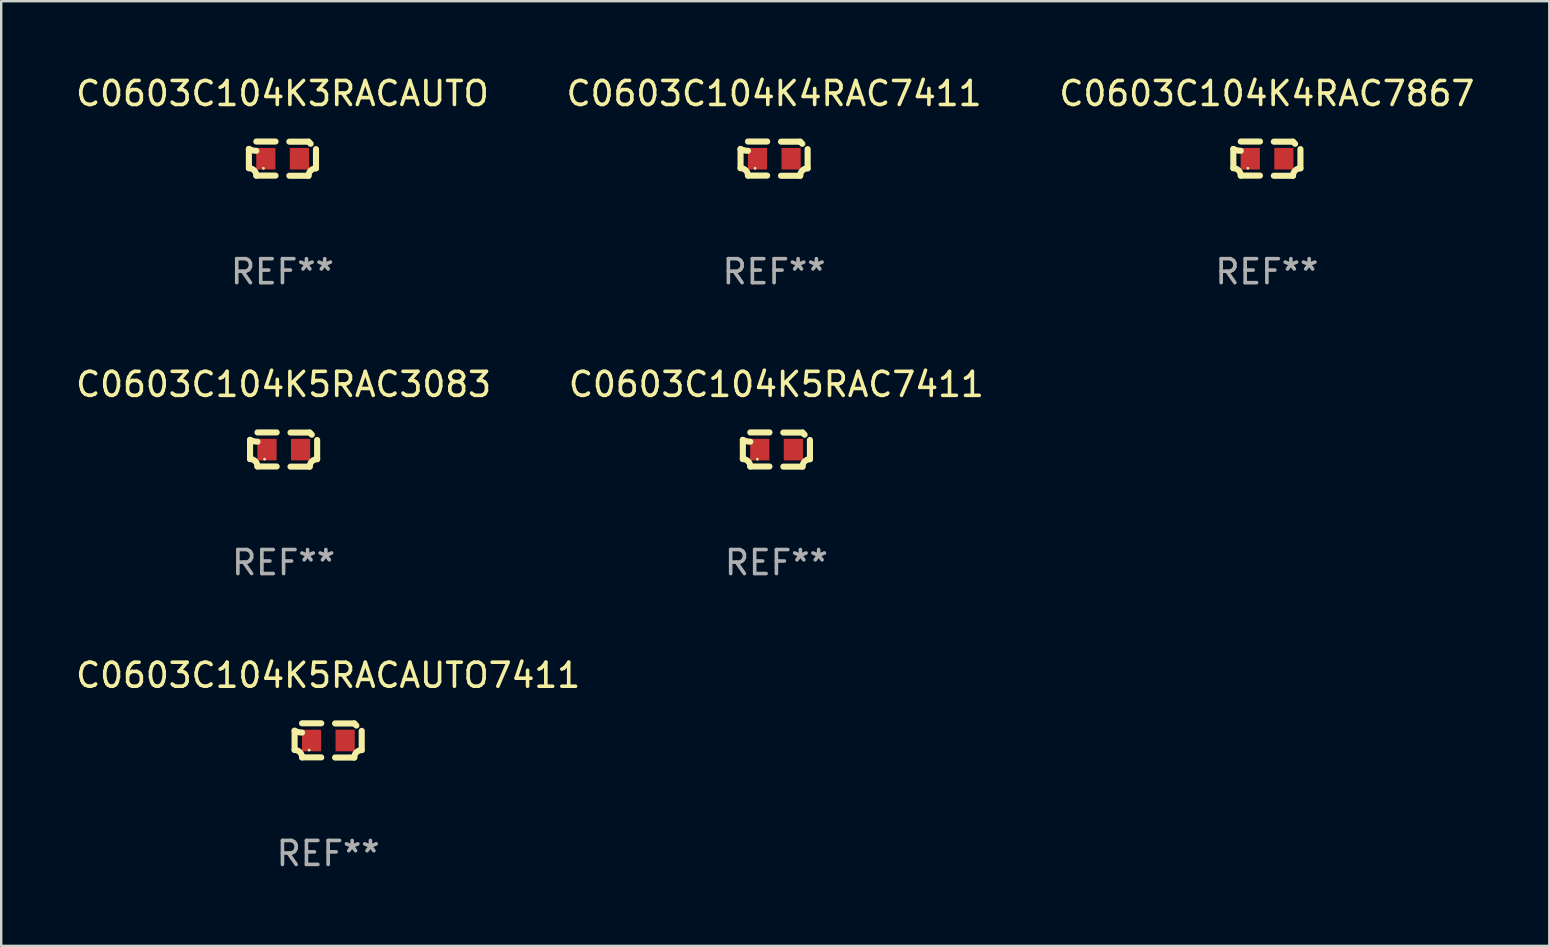
<source format=kicad_pcb>
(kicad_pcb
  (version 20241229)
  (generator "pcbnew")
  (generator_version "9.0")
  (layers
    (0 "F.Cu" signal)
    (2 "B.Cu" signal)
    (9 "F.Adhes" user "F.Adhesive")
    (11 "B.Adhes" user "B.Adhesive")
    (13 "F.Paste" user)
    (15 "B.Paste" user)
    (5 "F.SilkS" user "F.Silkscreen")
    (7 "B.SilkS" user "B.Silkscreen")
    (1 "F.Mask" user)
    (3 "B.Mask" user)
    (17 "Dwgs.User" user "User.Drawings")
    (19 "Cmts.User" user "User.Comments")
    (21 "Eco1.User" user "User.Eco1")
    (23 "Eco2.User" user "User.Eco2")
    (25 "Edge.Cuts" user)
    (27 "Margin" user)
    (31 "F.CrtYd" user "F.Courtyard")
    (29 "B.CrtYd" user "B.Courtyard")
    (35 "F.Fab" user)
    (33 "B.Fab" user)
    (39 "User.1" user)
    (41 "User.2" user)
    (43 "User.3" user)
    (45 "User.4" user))
  (footprint "C0603C104K5RAC7411"
    (layer "F.Cu")
    (at 29.304 15.683)
    (property "Reference" "C0603C104K5RAC7411" (at 0 -2.713 0) (layer "F.SilkS") (effects (font (size 1 1) (thickness 0.15))))
    (attr through_hole)
    (fp_line (start -1.398 -0.403) (end -1.398 0.397) (stroke (width 0.254) (type solid)) (layer "F.SilkS"))
    (fp_line (start -0.288 -0.713) (end -1.088 -0.713) (stroke (width 0.254) (type solid)) (layer "F.SilkS"))
    (fp_line (start -0.288 0.707) (end -1.088 0.707) (stroke (width 0.254) (type solid)) (layer "F.SilkS"))
    (fp_line (start 0.288 -0.707) (end 1.088 -0.707) (stroke (width 0.254) (type solid)) (layer "F.SilkS"))
    (fp_line (start 0.288 0.713) (end 1.088 0.713) (stroke (width 0.254) (type solid)) (layer "F.SilkS"))
    (fp_line (start 1.398 -0.397) (end 1.398 0.403) (stroke (width 0.254) (type solid)) (layer "F.SilkS"))
    (fp_arc (start -1.397789 0.397066) (mid -1.178701 0.487826) (end -1.08796 0.706922) (stroke (width 0.254001) (type solid)) (layer "F.SilkS"))
    (fp_arc (start -1.08796 -0.327176) (mid -1.247436 -0.346384) (end -1.39779 -0.402908) (stroke (width 0.254001) (type solid)) (layer "F.SilkS"))
    (fp_arc (start 1.087909 0.712738) (mid 1.178656 0.493655) (end 1.397739 0.402908) (stroke (width 0.254001) (type solid)) (layer "F.SilkS"))
    (fp_arc (start 1.175925 -0.618926) (mid 1.131917 -0.662923) (end 1.08791 -0.706922) (stroke (width 0.254001) (type solid)) (layer "F.SilkS"))
    (fp_circle (center -0.792 0.403) (end -0.762 0.403) (stroke (width 0.06) (type solid)) (fill no) (layer "F.SilkS"))
    (fp_text user "REF**" (at 0 4.713 0) (layer "F.Fab") (effects (font (size 1 1) (thickness 0.15))))
    (pad "1" smd rect (at -0.692 0.003) (size 0.8 0.9) (layers "F.Cu" "F.Mask" "F.Paste"))
    (pad "2" smd rect (at 0.708 0.003) (size 0.8 0.9) (layers "F.Cu" "F.Mask" "F.Paste")))
  (footprint "C0603C104K4RAC7867"
    (layer "F.Cu")
    (at 49.744 3.561)
    (property "Reference" "C0603C104K4RAC7867" (at 0 -2.713 0) (layer "F.SilkS") (effects (font (size 1 1) (thickness 0.15))))
    (attr through_hole)
    (fp_line (start -1.398 -0.403) (end -1.398 0.397) (stroke (width 0.254) (type solid)) (layer "F.SilkS"))
    (fp_line (start -0.288 -0.713) (end -1.088 -0.713) (stroke (width 0.254) (type solid)) (layer "F.SilkS"))
    (fp_line (start -0.288 0.707) (end -1.088 0.707) (stroke (width 0.254) (type solid)) (layer "F.SilkS"))
    (fp_line (start 0.288 -0.707) (end 1.088 -0.707) (stroke (width 0.254) (type solid)) (layer "F.SilkS"))
    (fp_line (start 0.288 0.713) (end 1.088 0.713) (stroke (width 0.254) (type solid)) (layer "F.SilkS"))
    (fp_line (start 1.398 -0.397) (end 1.398 0.403) (stroke (width 0.254) (type solid)) (layer "F.SilkS"))
    (fp_arc (start -1.397789 0.397066) (mid -1.178701 0.487826) (end -1.08796 0.706922) (stroke (width 0.254001) (type solid)) (layer "F.SilkS"))
    (fp_arc (start -1.08796 -0.327176) (mid -1.247436 -0.346384) (end -1.39779 -0.402908) (stroke (width 0.254001) (type solid)) (layer "F.SilkS"))
    (fp_arc (start 1.087909 0.712738) (mid 1.178656 0.493655) (end 1.397739 0.402908) (stroke (width 0.254001) (type solid)) (layer "F.SilkS"))
    (fp_arc (start 1.175925 -0.618926) (mid 1.131917 -0.662923) (end 1.08791 -0.706922) (stroke (width 0.254001) (type solid)) (layer "F.SilkS"))
    (fp_circle (center -0.792 0.403) (end -0.762 0.403) (stroke (width 0.06) (type solid)) (fill no) (layer "F.SilkS"))
    (fp_text user "REF**" (at 0 4.713 0) (layer "F.Fab") (effects (font (size 1 1) (thickness 0.15))))
    (pad "1" smd rect (at -0.692 0.003) (size 0.8 0.9) (layers "F.Cu" "F.Mask" "F.Paste"))
    (pad "2" smd rect (at 0.708 0.003) (size 0.8 0.9) (layers "F.Cu" "F.Mask" "F.Paste")))
  (footprint "C0603C104K3RACAUTO"
    (layer "F.Cu")
    (at 8.72 3.561)
    (property "Reference" "C0603C104K3RACAUTO" (at 0 -2.713 0) (layer "F.SilkS") (effects (font (size 1 1) (thickness 0.15))))
    (attr through_hole)
    (fp_line (start -1.398 -0.403) (end -1.398 0.397) (stroke (width 0.254) (type solid)) (layer "F.SilkS"))
    (fp_line (start -0.288 -0.713) (end -1.088 -0.713) (stroke (width 0.254) (type solid)) (layer "F.SilkS"))
    (fp_line (start -0.288 0.707) (end -1.088 0.707) (stroke (width 0.254) (type solid)) (layer "F.SilkS"))
    (fp_line (start 0.288 -0.707) (end 1.088 -0.707) (stroke (width 0.254) (type solid)) (layer "F.SilkS"))
    (fp_line (start 0.288 0.713) (end 1.088 0.713) (stroke (width 0.254) (type solid)) (layer "F.SilkS"))
    (fp_line (start 1.398 -0.397) (end 1.398 0.403) (stroke (width 0.254) (type solid)) (layer "F.SilkS"))
    (fp_arc (start -1.397789 0.397066) (mid -1.178701 0.487826) (end -1.08796 0.706922) (stroke (width 0.254001) (type solid)) (layer "F.SilkS"))
    (fp_arc (start -1.08796 -0.327176) (mid -1.247436 -0.346384) (end -1.39779 -0.402908) (stroke (width 0.254001) (type solid)) (layer "F.SilkS"))
    (fp_arc (start 1.087909 0.712738) (mid 1.178656 0.493655) (end 1.397739 0.402908) (stroke (width 0.254001) (type solid)) (layer "F.SilkS"))
    (fp_arc (start 1.175925 -0.618926) (mid 1.131917 -0.662923) (end 1.08791 -0.706922) (stroke (width 0.254001) (type solid)) (layer "F.SilkS"))
    (fp_circle (center -0.792 0.403) (end -0.762 0.403) (stroke (width 0.06) (type solid)) (fill no) (layer "F.SilkS"))
    (fp_text user "REF**" (at 0 4.713 0) (layer "F.Fab") (effects (font (size 1 1) (thickness 0.15))))
    (pad "1" smd rect (at -0.692 0.003) (size 0.8 0.9) (layers "F.Cu" "F.Mask" "F.Paste"))
    (pad "2" smd rect (at 0.708 0.003) (size 0.8 0.9) (layers "F.Cu" "F.Mask" "F.Paste")))
  (footprint "C0603C104K5RAC3083"
    (layer "F.Cu")
    (at 8.768 15.683)
    (property "Reference" "C0603C104K5RAC3083" (at 0 -2.713 0) (layer "F.SilkS") (effects (font (size 1 1) (thickness 0.15))))
    (attr through_hole)
    (fp_line (start -1.398 -0.403) (end -1.398 0.397) (stroke (width 0.254) (type solid)) (layer "F.SilkS"))
    (fp_line (start -0.288 -0.713) (end -1.088 -0.713) (stroke (width 0.254) (type solid)) (layer "F.SilkS"))
    (fp_line (start -0.288 0.707) (end -1.088 0.707) (stroke (width 0.254) (type solid)) (layer "F.SilkS"))
    (fp_line (start 0.288 -0.707) (end 1.088 -0.707) (stroke (width 0.254) (type solid)) (layer "F.SilkS"))
    (fp_line (start 0.288 0.713) (end 1.088 0.713) (stroke (width 0.254) (type solid)) (layer "F.SilkS"))
    (fp_line (start 1.398 -0.397) (end 1.398 0.403) (stroke (width 0.254) (type solid)) (layer "F.SilkS"))
    (fp_arc (start -1.397789 0.397066) (mid -1.178701 0.487826) (end -1.08796 0.706922) (stroke (width 0.254001) (type solid)) (layer "F.SilkS"))
    (fp_arc (start -1.08796 -0.327176) (mid -1.247436 -0.346384) (end -1.39779 -0.402908) (stroke (width 0.254001) (type solid)) (layer "F.SilkS"))
    (fp_arc (start 1.087909 0.712738) (mid 1.178656 0.493655) (end 1.397739 0.402908) (stroke (width 0.254001) (type solid)) (layer "F.SilkS"))
    (fp_arc (start 1.175925 -0.618926) (mid 1.131917 -0.662923) (end 1.08791 -0.706922) (stroke (width 0.254001) (type solid)) (layer "F.SilkS"))
    (fp_circle (center -0.792 0.403) (end -0.762 0.403) (stroke (width 0.06) (type solid)) (fill no) (layer "F.SilkS"))
    (fp_text user "REF**" (at 0 4.713 0) (layer "F.Fab") (effects (font (size 1 1) (thickness 0.15))))
    (pad "1" smd rect (at -0.692 0.003) (size 0.8 0.9) (layers "F.Cu" "F.Mask" "F.Paste"))
    (pad "2" smd rect (at 0.708 0.003) (size 0.8 0.9) (layers "F.Cu" "F.Mask" "F.Paste")))
  (footprint "C0603C104K5RACAUTO7411"
    (layer "F.Cu")
    (at 10.625 27.805)
    (property "Reference" "C0603C104K5RACAUTO7411" (at 0 -2.713 0) (layer "F.SilkS") (effects (font (size 1 1) (thickness 0.15))))
    (attr through_hole)
    (fp_line (start -1.398 -0.403) (end -1.398 0.397) (stroke (width 0.254) (type solid)) (layer "F.SilkS"))
    (fp_line (start -0.288 -0.713) (end -1.088 -0.713) (stroke (width 0.254) (type solid)) (layer "F.SilkS"))
    (fp_line (start -0.288 0.707) (end -1.088 0.707) (stroke (width 0.254) (type solid)) (layer "F.SilkS"))
    (fp_line (start 0.288 -0.707) (end 1.088 -0.707) (stroke (width 0.254) (type solid)) (layer "F.SilkS"))
    (fp_line (start 0.288 0.713) (end 1.088 0.713) (stroke (width 0.254) (type solid)) (layer "F.SilkS"))
    (fp_line (start 1.398 -0.397) (end 1.398 0.403) (stroke (width 0.254) (type solid)) (layer "F.SilkS"))
    (fp_arc (start -1.397789 0.397066) (mid -1.178701 0.487826) (end -1.08796 0.706922) (stroke (width 0.254001) (type solid)) (layer "F.SilkS"))
    (fp_arc (start -1.08796 -0.327176) (mid -1.247436 -0.346384) (end -1.39779 -0.402908) (stroke (width 0.254001) (type solid)) (layer "F.SilkS"))
    (fp_arc (start 1.087909 0.712738) (mid 1.178656 0.493655) (end 1.397739 0.402908) (stroke (width 0.254001) (type solid)) (layer "F.SilkS"))
    (fp_arc (start 1.175925 -0.618926) (mid 1.131917 -0.662923) (end 1.08791 -0.706922) (stroke (width 0.254001) (type solid)) (layer "F.SilkS"))
    (fp_circle (center -0.792 0.403) (end -0.762 0.403) (stroke (width 0.06) (type solid)) (fill no) (layer "F.SilkS"))
    (fp_text user "REF**" (at 0 4.713 0) (layer "F.Fab") (effects (font (size 1 1) (thickness 0.15))))
    (pad "1" smd rect (at -0.692 0.003) (size 0.8 0.9) (layers "F.Cu" "F.Mask" "F.Paste"))
    (pad "2" smd rect (at 0.708 0.003) (size 0.8 0.9) (layers "F.Cu" "F.Mask" "F.Paste")))
  (footprint "C0603C104K4RAC7411"
    (layer "F.Cu")
    (at 29.208 3.561)
    (property "Reference" "C0603C104K4RAC7411" (at 0 -2.713 0) (layer "F.SilkS") (effects (font (size 1 1) (thickness 0.15))))
    (attr through_hole)
    (fp_line (start -1.398 -0.403) (end -1.398 0.397) (stroke (width 0.254) (type solid)) (layer "F.SilkS"))
    (fp_line (start -0.288 -0.713) (end -1.088 -0.713) (stroke (width 0.254) (type solid)) (layer "F.SilkS"))
    (fp_line (start -0.288 0.707) (end -1.088 0.707) (stroke (width 0.254) (type solid)) (layer "F.SilkS"))
    (fp_line (start 0.288 -0.707) (end 1.088 -0.707) (stroke (width 0.254) (type solid)) (layer "F.SilkS"))
    (fp_line (start 0.288 0.713) (end 1.088 0.713) (stroke (width 0.254) (type solid)) (layer "F.SilkS"))
    (fp_line (start 1.398 -0.397) (end 1.398 0.403) (stroke (width 0.254) (type solid)) (layer "F.SilkS"))
    (fp_arc (start -1.397789 0.397066) (mid -1.178701 0.487826) (end -1.08796 0.706922) (stroke (width 0.254001) (type solid)) (layer "F.SilkS"))
    (fp_arc (start -1.08796 -0.327176) (mid -1.247436 -0.346384) (end -1.39779 -0.402908) (stroke (width 0.254001) (type solid)) (layer "F.SilkS"))
    (fp_arc (start 1.087909 0.712738) (mid 1.178656 0.493655) (end 1.397739 0.402908) (stroke (width 0.254001) (type solid)) (layer "F.SilkS"))
    (fp_arc (start 1.175925 -0.618926) (mid 1.131917 -0.662923) (end 1.08791 -0.706922) (stroke (width 0.254001) (type solid)) (layer "F.SilkS"))
    (fp_circle (center -0.792 0.403) (end -0.762 0.403) (stroke (width 0.06) (type solid)) (fill no) (layer "F.SilkS"))
    (fp_text user "REF**" (at 0 4.713 0) (layer "F.Fab") (effects (font (size 1 1) (thickness 0.15))))
    (pad "1" smd rect (at -0.692 0.003) (size 0.8 0.9) (layers "F.Cu" "F.Mask" "F.Paste"))
    (pad "2" smd rect (at 0.708 0.003) (size 0.8 0.9) (layers "F.Cu" "F.Mask" "F.Paste")))
  (gr_rect
    (start -3 -3)
    (end 61.512 36.366)
    (stroke (width 0.1) (type default))
    (fill no)
    (layer "Edge.Cuts")))
</source>
